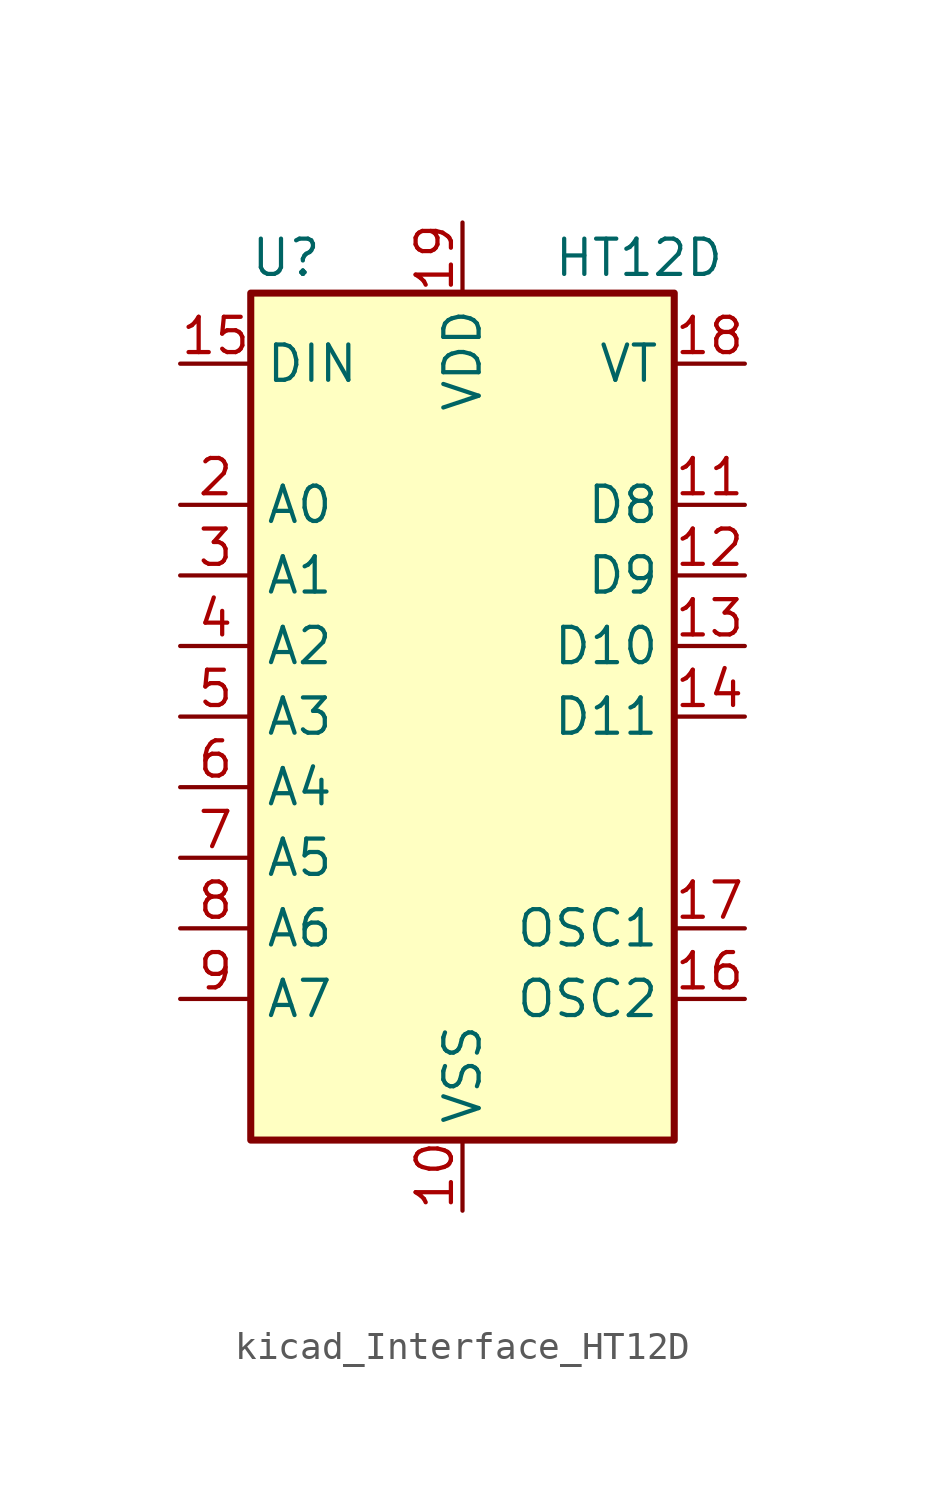
<source format=kicad_sym>
(kicad_symbol_lib
  (version 20220914)
  (generator kicad_symbol_editor)
  (symbol "kicad_Interface_HT12D"
    (property "Reference" "U"
      (at -6.35 16.51 0)
      (effects (font (size 1.27 1.27))))
    (property "Value" "HT12D"
      (at 6.35 16.51 0)
      (effects (font (size 1.27 1.27))))
    (symbol "kicad_Interface_HT12D_1_1"
      (rectangle (start -7.62 15.24) (end 7.62 -15.24) (stroke (width 0.254) (type default)) (fill (type background)))
      (pin no_connect line (at 7.62 -2.54 180) (length 2.54) hide (name "NC" (effects (font (size 1.27 1.27)))) (number "1" (effects (font (size 1.27 1.27)))))
      (pin power_in line (at 0 -17.78 90) (length 2.54) (name "VSS" (effects (font (size 1.27 1.27)))) (number "10" (effects (font (size 1.27 1.27)))))
      (pin output line (at 10.16 7.62 180) (length 2.54) (name "D8" (effects (font (size 1.27 1.27)))) (number "11" (effects (font (size 1.27 1.27)))))
      (pin output line (at 10.16 5.08 180) (length 2.54) (name "D9" (effects (font (size 1.27 1.27)))) (number "12" (effects (font (size 1.27 1.27)))))
      (pin output line (at 10.16 2.54 180) (length 2.54) (name "D10" (effects (font (size 1.27 1.27)))) (number "13" (effects (font (size 1.27 1.27)))))
      (pin output line (at 10.16 0 180) (length 2.54) (name "D11" (effects (font (size 1.27 1.27)))) (number "14" (effects (font (size 1.27 1.27)))))
      (pin input line (at -10.16 12.7 0) (length 2.54) (name "DIN" (effects (font (size 1.27 1.27)))) (number "15" (effects (font (size 1.27 1.27)))))
      (pin output line (at 10.16 -10.16 180) (length 2.54) (name "OSC2" (effects (font (size 1.27 1.27)))) (number "16" (effects (font (size 1.27 1.27)))))
      (pin input line (at 10.16 -7.62 180) (length 2.54) (name "OSC1" (effects (font (size 1.27 1.27)))) (number "17" (effects (font (size 1.27 1.27)))))
      (pin output line (at 10.16 12.7 180) (length 2.54) (name "VT" (effects (font (size 1.27 1.27)))) (number "18" (effects (font (size 1.27 1.27)))))
      (pin power_in line (at 0 17.78 270) (length 2.54) (name "VDD" (effects (font (size 1.27 1.27)))) (number "19" (effects (font (size 1.27 1.27)))))
      (pin input line (at -10.16 7.62 0) (length 2.54) (name "A0" (effects (font (size 1.27 1.27)))) (number "2" (effects (font (size 1.27 1.27)))))
      (pin no_connect line (at 7.62 -5.08 180) (length 2.54) hide (name "NC" (effects (font (size 1.27 1.27)))) (number "20" (effects (font (size 1.27 1.27)))))
      (pin input line (at -10.16 5.08 0) (length 2.54) (name "A1" (effects (font (size 1.27 1.27)))) (number "3" (effects (font (size 1.27 1.27)))))
      (pin input line (at -10.16 2.54 0) (length 2.54) (name "A2" (effects (font (size 1.27 1.27)))) (number "4" (effects (font (size 1.27 1.27)))))
      (pin input line (at -10.16 0 0) (length 2.54) (name "A3" (effects (font (size 1.27 1.27)))) (number "5" (effects (font (size 1.27 1.27)))))
      (pin input line (at -10.16 -2.54 0) (length 2.54) (name "A4" (effects (font (size 1.27 1.27)))) (number "6" (effects (font (size 1.27 1.27)))))
      (pin input line (at -10.16 -5.08 0) (length 2.54) (name "A5" (effects (font (size 1.27 1.27)))) (number "7" (effects (font (size 1.27 1.27)))))
      (pin input line (at -10.16 -7.62 0) (length 2.54) (name "A6" (effects (font (size 1.27 1.27)))) (number "8" (effects (font (size 1.27 1.27)))))
      (pin input line (at -10.16 -10.16 0) (length 2.54) (name "A7" (effects (font (size 1.27 1.27)))) (number "9" (effects (font (size 1.27 1.27))))))))
</source>
